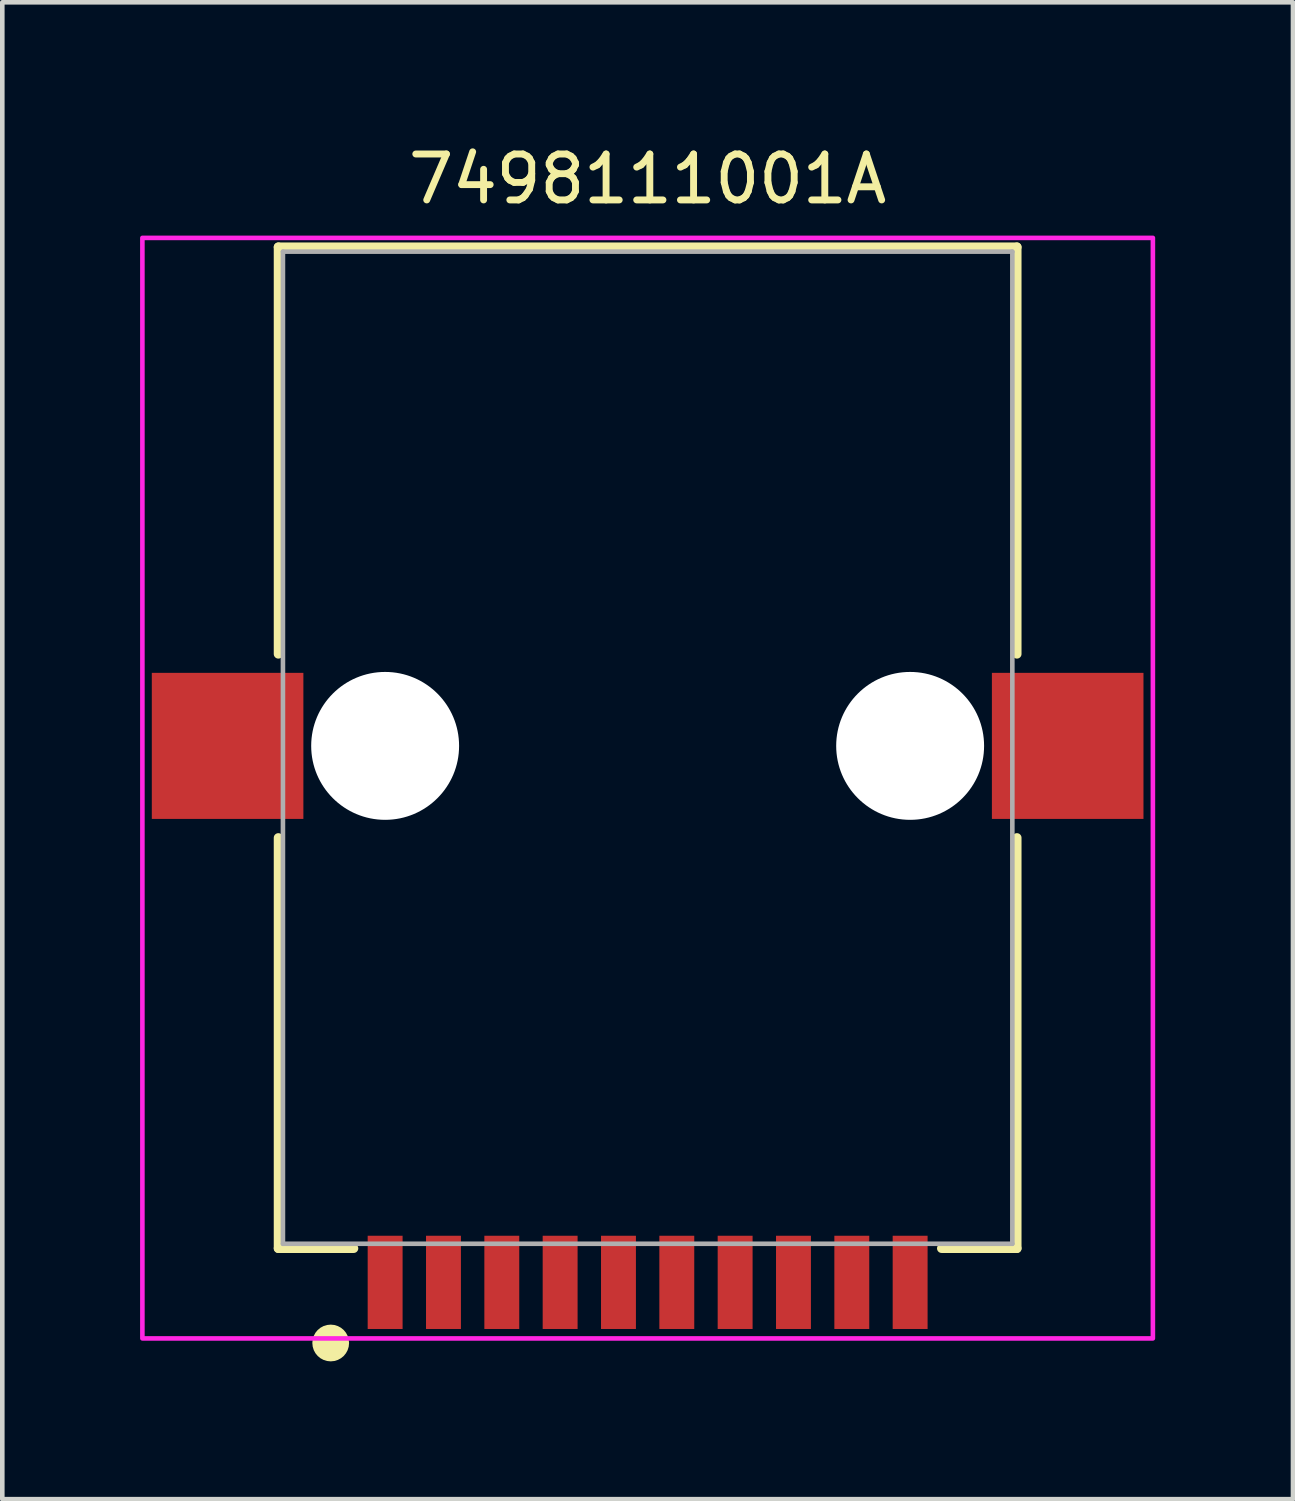
<source format=kicad_pcb>
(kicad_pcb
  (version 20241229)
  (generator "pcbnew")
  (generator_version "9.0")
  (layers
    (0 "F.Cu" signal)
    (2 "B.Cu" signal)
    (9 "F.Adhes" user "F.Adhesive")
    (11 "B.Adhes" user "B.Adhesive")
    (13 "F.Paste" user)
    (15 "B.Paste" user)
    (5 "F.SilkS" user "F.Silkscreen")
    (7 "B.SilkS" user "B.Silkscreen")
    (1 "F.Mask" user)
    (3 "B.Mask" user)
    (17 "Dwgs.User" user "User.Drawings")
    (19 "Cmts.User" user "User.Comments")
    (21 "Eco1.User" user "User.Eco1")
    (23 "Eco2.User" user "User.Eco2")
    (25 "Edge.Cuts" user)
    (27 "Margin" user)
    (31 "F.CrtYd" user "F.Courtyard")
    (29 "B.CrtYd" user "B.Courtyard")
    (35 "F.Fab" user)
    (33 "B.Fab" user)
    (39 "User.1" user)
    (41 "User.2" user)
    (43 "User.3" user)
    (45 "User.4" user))
  (footprint "7498111001A"
    (layer "F.Cu")
    (at 11.05 13.189)
    (property "Reference" "7498111001A" (at 0 -12.341 0) (layer "F.SilkS") (effects (font (size 1 1) (thickness 0.15))))
    (attr smd)
    (fp_line (start -8.04 -10.86) (end 8.04 -10.86) (stroke (width 0.2) (type solid)) (layer "F.SilkS"))
    (fp_line (start -8.04 -2) (end -8.04 -10.86) (stroke (width 0.2) (type solid)) (layer "F.SilkS"))
    (fp_line (start -8.04 10.94) (end -8.04 2) (stroke (width 0.2) (type solid)) (layer "F.SilkS"))
    (fp_line (start -8.04 10.94) (end -6.4 10.94) (stroke (width 0.2) (type solid)) (layer "F.SilkS"))
    (fp_line (start 6.4 10.94) (end 8.04 10.94) (stroke (width 0.2) (type solid)) (layer "F.SilkS"))
    (fp_line (start 8.04 -2) (end 8.04 -10.86) (stroke (width 0.2) (type solid)) (layer "F.SilkS"))
    (fp_line (start 8.04 2) (end 8.04 10.94) (stroke (width 0.2) (type solid)) (layer "F.SilkS"))
    (fp_circle (center -6.9 13) (end -6.7 13) (stroke (width 0.4) (type solid)) (fill no) (layer "F.SilkS"))
    (fp_poly (pts (xy -11 -11.06) (xy 11 -11.06) (xy 11 12.9) (xy -11 12.9)) (stroke (width 0.1) (type solid)) (fill no) (layer "F.CrtYd"))
    (fp_line (start -7.94 -10.76) (end -7.94 10.84) (stroke (width 0.1) (type solid)) (layer "F.Fab"))
    (fp_line (start -7.94 10.84) (end 7.94 10.84) (stroke (width 0.1) (type solid)) (layer "F.Fab"))
    (fp_line (start 7.94 -10.76) (end -7.94 -10.76) (stroke (width 0.1) (type solid)) (layer "F.Fab"))
    (fp_line (start 7.94 -10.76) (end 7.94 10.84) (stroke (width 0.1) (type solid)) (layer "F.Fab"))
    (pad "" np_thru_hole circle (at -5.715 0) (size 3.22 3.22) (drill 3.22) (layers "*.Cu" "*.Mask"))
    (pad "" np_thru_hole circle (at 5.715 0) (size 3.22 3.22) (drill 3.22) (layers "*.Cu" "*.Mask"))
    (pad "1" smd rect (at -5.715 11.68) (size 0.76 2.03) (layers "F.Cu" "F.Mask" "F.Paste"))
    (pad "2" smd rect (at -4.445 11.68) (size 0.76 2.03) (layers "F.Cu" "F.Mask" "F.Paste"))
    (pad "3" smd rect (at -3.175 11.68) (size 0.76 2.03) (layers "F.Cu" "F.Mask" "F.Paste"))
    (pad "4" smd rect (at -1.905 11.68) (size 0.76 2.03) (layers "F.Cu" "F.Mask" "F.Paste"))
    (pad "5" smd rect (at -0.635 11.68) (size 0.76 2.03) (layers "F.Cu" "F.Mask" "F.Paste"))
    (pad "6" smd rect (at 0.635 11.68) (size 0.76 2.03) (layers "F.Cu" "F.Mask" "F.Paste"))
    (pad "7" smd rect (at 1.905 11.68) (size 0.76 2.03) (layers "F.Cu" "F.Mask" "F.Paste"))
    (pad "8" smd rect (at 3.175 11.68) (size 0.76 2.03) (layers "F.Cu" "F.Mask" "F.Paste"))
    (pad "9" smd rect (at 4.445 11.68) (size 0.76 2.03) (layers "F.Cu" "F.Mask" "F.Paste"))
    (pad "10" smd rect (at 5.715 11.68) (size 0.76 2.03) (layers "F.Cu" "F.Mask" "F.Paste"))
    (pad "Z1" smd rect (at -9.145 0) (size 3.3 3.18) (layers "F.Cu" "F.Mask" "F.Paste"))
    (pad "Z2" smd rect (at 9.145 0) (size 3.3 3.18) (layers "F.Cu" "F.Mask" "F.Paste")))
  (gr_rect
    (start -3 -3)
    (end 25.1 29.589)
    (stroke (width 0.1) (type default))
    (fill no)
    (layer "Edge.Cuts")))
</source>
